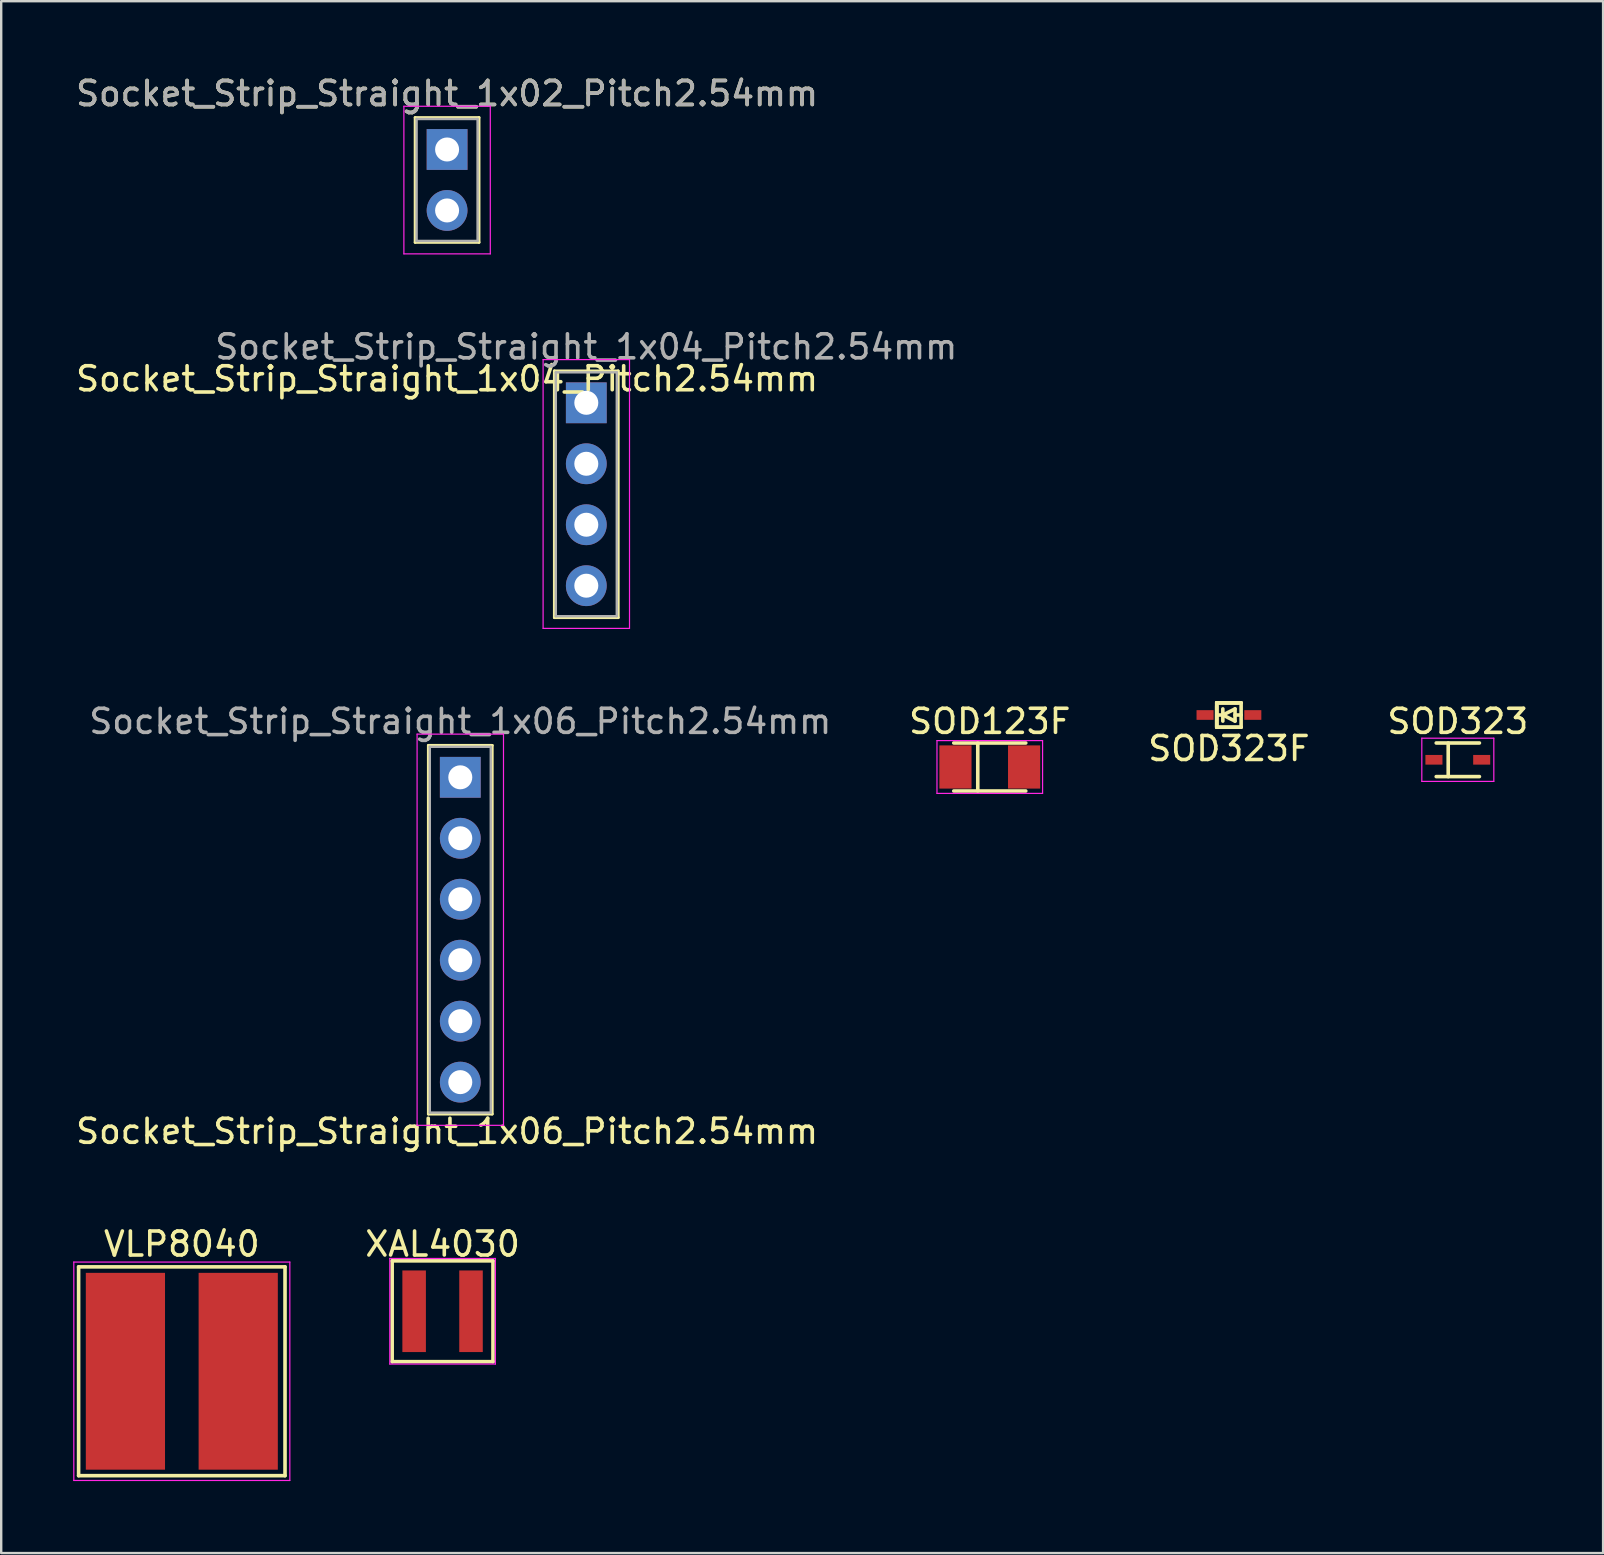
<source format=kicad_pcb>
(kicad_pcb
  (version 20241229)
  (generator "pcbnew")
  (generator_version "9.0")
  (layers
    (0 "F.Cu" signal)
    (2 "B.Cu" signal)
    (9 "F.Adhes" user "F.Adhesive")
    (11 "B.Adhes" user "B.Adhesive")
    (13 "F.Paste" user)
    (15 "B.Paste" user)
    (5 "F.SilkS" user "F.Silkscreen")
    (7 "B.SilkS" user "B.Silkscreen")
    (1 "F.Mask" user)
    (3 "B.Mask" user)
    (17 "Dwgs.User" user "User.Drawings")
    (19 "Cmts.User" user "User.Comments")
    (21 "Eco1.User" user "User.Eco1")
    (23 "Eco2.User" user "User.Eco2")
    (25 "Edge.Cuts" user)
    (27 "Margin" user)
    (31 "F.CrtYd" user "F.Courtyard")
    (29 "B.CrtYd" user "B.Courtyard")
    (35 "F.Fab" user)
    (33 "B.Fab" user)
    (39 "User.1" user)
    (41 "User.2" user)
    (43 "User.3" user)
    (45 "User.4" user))
  (footprint "SOD123F"
    (layer "F.Cu")
    (at 38.187 28.905)
    (property "Reference" "SOD123F" (at 0 -1.9 0) (layer "F.SilkS") (effects (font (size 1 1) (thickness 0.15))))
    (attr through_hole)
    (fp_line (start -0.5 -1) (end -0.5 1) (stroke (width 0.15) (type solid)) (layer "F.SilkS"))
    (fp_line (start 1.5 -1) (end -1.5 -1) (stroke (width 0.15) (type solid)) (layer "F.SilkS"))
    (fp_line (start 1.5 1) (end -1.5 1) (stroke (width 0.15) (type solid)) (layer "F.SilkS"))
    (fp_line (start -2.2 -1.1) (end -2.2 1.1) (stroke (width 0.05) (type solid)) (layer "F.CrtYd"))
    (fp_line (start -2.2 1.1) (end 2.2 1.1) (stroke (width 0.05) (type solid)) (layer "F.CrtYd"))
    (fp_line (start 2.2 -1.1) (end -2.2 -1.1) (stroke (width 0.05) (type solid)) (layer "F.CrtYd"))
    (fp_line (start 2.2 -1.1) (end 2.2 1.1) (stroke (width 0.05) (type solid)) (layer "F.CrtYd"))
    (pad "1" smd rect (at -1.43 0) (size 1.34 1.8) (layers "F.Cu" "F.Mask" "F.Paste"))
    (pad "2" smd rect (at 1.43 0) (size 1.34 1.8) (layers "F.Cu" "F.Mask" "F.Paste")))
  (footprint "XAL4030"
    (layer "F.Cu")
    (at 15.389 51.581)
    (property "Reference" "XAL4030" (at 0 -2.8 0) (layer "F.SilkS") (effects (font (size 1 1) (thickness 0.15))))
    (attr through_hole)
    (fp_line (start -2.1 -2.1) (end 2.1 -2.1) (stroke (width 0.15) (type solid)) (layer "F.SilkS"))
    (fp_line (start -2.1 2.1) (end -2.1 -2.1) (stroke (width 0.15) (type solid)) (layer "F.SilkS"))
    (fp_line (start 2.1 -2.1) (end 2.1 2.1) (stroke (width 0.15) (type solid)) (layer "F.SilkS"))
    (fp_line (start 2.1 2.1) (end -2.1 2.1) (stroke (width 0.15) (type solid)) (layer "F.SilkS"))
    (fp_line (start -2.2 -2.2) (end 2.2 -2.2) (stroke (width 0.05) (type solid)) (layer "F.CrtYd"))
    (fp_line (start -2.2 2.2) (end -2.2 -2.2) (stroke (width 0.05) (type solid)) (layer "F.CrtYd"))
    (fp_line (start 2.2 -2.2) (end 2.2 2.2) (stroke (width 0.05) (type solid)) (layer "F.CrtYd"))
    (fp_line (start 2.2 2.2) (end -2.2 2.2) (stroke (width 0.05) (type solid)) (layer "F.CrtYd"))
    (pad "1" smd rect (at -1.185 0) (size 0.98 3.4) (layers "F.Cu" "F.Mask" "F.Paste"))
    (pad "2" smd rect (at 1.185 0) (size 0.98 3.4) (layers "F.Cu" "F.Mask" "F.Paste")))
  (footprint "Socket_Strip_Straight_1x02_Pitch2.54mm"
    (layer "F.Cu")
    (at 15.577 3.178)
    (property "Reference" "Socket_Strip_Straight_1x02_Pitch2.54mm" (at 0 -2.33 0) (layer "F.SilkS") (effects (font (size 1 1) (thickness 0.15))))
    (attr through_hole)
    (fp_line (start -1.33 -1.33) (end -1.33 3.87) (stroke (width 0.12) (type solid)) (layer "F.SilkS"))
    (fp_line (start -1.33 -1.33) (end 1.33 -1.33) (stroke (width 0.12) (type solid)) (layer "F.SilkS"))
    (fp_line (start -1.33 3.87) (end 1.33 3.87) (stroke (width 0.12) (type solid)) (layer "F.SilkS"))
    (fp_line (start 1.33 3.87) (end 1.33 -1.33) (stroke (width 0.12) (type solid)) (layer "F.SilkS"))
    (fp_line (start -1.8 -1.8) (end -1.8 4.35) (stroke (width 0.05) (type solid)) (layer "F.CrtYd"))
    (fp_line (start -1.8 4.35) (end 1.8 4.35) (stroke (width 0.05) (type solid)) (layer "F.CrtYd"))
    (fp_line (start 1.8 -1.8) (end -1.8 -1.8) (stroke (width 0.05) (type solid)) (layer "F.CrtYd"))
    (fp_line (start 1.8 4.35) (end 1.8 -1.8) (stroke (width 0.05) (type solid)) (layer "F.CrtYd"))
    (fp_line (start -1.27 -1.27) (end -1.27 3.81) (stroke (width 0.1) (type solid)) (layer "F.Fab"))
    (fp_line (start -1.27 3.81) (end 1.27 3.81) (stroke (width 0.1) (type solid)) (layer "F.Fab"))
    (fp_line (start 1.27 -1.27) (end -1.27 -1.27) (stroke (width 0.1) (type solid)) (layer "F.Fab"))
    (fp_line (start 1.27 3.81) (end 1.27 -1.27) (stroke (width 0.1) (type solid)) (layer "F.Fab"))
    (fp_text user "${REFERENCE}" (at 0 -2.33 0) (layer "F.Fab") (effects (font (size 1 1) (thickness 0.15))))
    (pad "1" thru_hole rect (at 0 0) (size 1.7 1.7) (drill 1) (layers "*.Cu" "*.Mask"))
    (pad "2" thru_hole oval (at 0 2.54) (size 1.7 1.7) (drill 1) (layers "*.Cu" "*.Mask")))
  (footprint "SOD323F"
    (layer "F.Cu")
    (at 48.151 26.739)
    (property "Reference" "SOD323F" (at 0 1.397 0) (layer "F.SilkS") (effects (font (size 1 1) (thickness 0.15))))
    (attr through_hole)
    (fp_line (start -0.508 -0.508) (end -0.508 0.508) (stroke (width 0.15) (type solid)) (layer "F.SilkS"))
    (fp_line (start -0.508 -0.508) (end -0.508 0.508) (stroke (width 0.15) (type solid)) (layer "F.SilkS"))
    (fp_line (start -0.508 -0.508) (end 0.381 -0.508) (stroke (width 0.15) (type solid)) (layer "F.SilkS"))
    (fp_line (start -0.508 -0.381) (end -0.508 0.508) (stroke (width 0.15) (type solid)) (layer "F.SilkS"))
    (fp_line (start -0.508 0) (end -0.254 0) (stroke (width 0.15) (type solid)) (layer "F.SilkS"))
    (fp_line (start -0.508 0.508) (end 0.508 0.508) (stroke (width 0.15) (type solid)) (layer "F.SilkS"))
    (fp_line (start -0.508 0.508) (end 0.508 0.508) (stroke (width 0.15) (type solid)) (layer "F.SilkS"))
    (fp_line (start -0.254 -0.254) (end -0.254 0.254) (stroke (width 0.15) (type solid)) (layer "F.SilkS"))
    (fp_line (start -0.254 0) (end 0.254 -0.254) (stroke (width 0.15) (type solid)) (layer "F.SilkS"))
    (fp_line (start 0.254 0.254) (end -0.254 0) (stroke (width 0.15) (type solid)) (layer "F.SilkS"))
    (fp_line (start 0.254 0.254) (end 0.254 -0.254) (stroke (width 0.15) (type solid)) (layer "F.SilkS"))
    (fp_line (start 0.508 -0.508) (end -0.508 -0.508) (stroke (width 0.15) (type solid)) (layer "F.SilkS"))
    (fp_line (start 0.508 -0.508) (end -0.508 -0.508) (stroke (width 0.15) (type solid)) (layer "F.SilkS"))
    (fp_line (start 0.508 0) (end 0.254 0) (stroke (width 0.15) (type solid)) (layer "F.SilkS"))
    (fp_line (start 0.508 0.508) (end 0.508 -0.508) (stroke (width 0.15) (type solid)) (layer "F.SilkS"))
    (pad "1" smd rect (at -0.995 0) (size 0.71 0.403) (layers "F.Cu" "F.Mask" "F.Paste"))
    (pad "2" smd rect (at 0.995 0) (size 0.71 0.403) (layers "F.Cu" "F.Mask" "F.Paste")))
  (footprint "VLP8040"
    (layer "F.Cu")
    (at 4.525 54.081)
    (property "Reference" "VLP8040" (at 0 -5.3 0) (layer "F.SilkS") (effects (font (size 1 1) (thickness 0.15))))
    (attr through_hole)
    (fp_line (start -4.3 -4.35) (end 4.3 -4.35) (stroke (width 0.15) (type solid)) (layer "F.SilkS"))
    (fp_line (start -4.3 4.35) (end -4.3 -4.35) (stroke (width 0.15) (type solid)) (layer "F.SilkS"))
    (fp_line (start 4.3 -4.35) (end 4.3 4.35) (stroke (width 0.15) (type solid)) (layer "F.SilkS"))
    (fp_line (start 4.3 4.35) (end -4.3 4.35) (stroke (width 0.15) (type solid)) (layer "F.SilkS"))
    (fp_line (start -4.5 -4.55) (end 4.5 -4.55) (stroke (width 0.05) (type solid)) (layer "F.CrtYd"))
    (fp_line (start -4.5 4.55) (end -4.5 -4.55) (stroke (width 0.05) (type solid)) (layer "F.CrtYd"))
    (fp_line (start 4.5 -4.55) (end 4.5 4.55) (stroke (width 0.05) (type solid)) (layer "F.CrtYd"))
    (fp_line (start 4.5 4.55) (end -4.5 4.55) (stroke (width 0.05) (type solid)) (layer "F.CrtYd"))
    (pad "1" smd rect (at -2.35 0) (size 3.3 8.2) (layers "F.Cu" "F.Mask" "F.Paste"))
    (pad "2" smd rect (at 2.35 0) (size 3.3 8.2) (layers "F.Cu" "F.Mask" "F.Paste")))
  (footprint "Socket_Strip_Straight_1x06_Pitch2.54mm"
    (layer "F.Cu")
    (at 16.127 29.335)
    (property "Reference" "Socket_Strip_Straight_1x06_Pitch2.54mm" (at -0.55 14.75 0) (layer "F.SilkS") (effects (font (size 1 1) (thickness 0.15))))
    (attr through_hole)
    (fp_line (start -1.33 -1.33) (end -1.33 14.03) (stroke (width 0.12) (type solid)) (layer "F.SilkS"))
    (fp_line (start -1.33 -1.33) (end 1.33 -1.33) (stroke (width 0.12) (type solid)) (layer "F.SilkS"))
    (fp_line (start -1.33 14.03) (end 1.33 14.03) (stroke (width 0.12) (type solid)) (layer "F.SilkS"))
    (fp_line (start 1.33 14.03) (end 1.33 -1.33) (stroke (width 0.12) (type solid)) (layer "F.SilkS"))
    (fp_line (start -1.8 -1.8) (end -1.8 14.5) (stroke (width 0.05) (type solid)) (layer "F.CrtYd"))
    (fp_line (start -1.8 14.5) (end 1.8 14.5) (stroke (width 0.05) (type solid)) (layer "F.CrtYd"))
    (fp_line (start 1.8 -1.8) (end -1.8 -1.8) (stroke (width 0.05) (type solid)) (layer "F.CrtYd"))
    (fp_line (start 1.8 14.5) (end 1.8 -1.8) (stroke (width 0.05) (type solid)) (layer "F.CrtYd"))
    (fp_line (start -1.27 -1.27) (end -1.27 13.97) (stroke (width 0.1) (type solid)) (layer "F.Fab"))
    (fp_line (start -1.27 13.97) (end 1.27 13.97) (stroke (width 0.1) (type solid)) (layer "F.Fab"))
    (fp_line (start 1.27 -1.27) (end -1.27 -1.27) (stroke (width 0.1) (type solid)) (layer "F.Fab"))
    (fp_line (start 1.27 13.97) (end 1.27 -1.27) (stroke (width 0.1) (type solid)) (layer "F.Fab"))
    (fp_text user "${REFERENCE}" (at 0 -2.33 0) (layer "F.Fab") (effects (font (size 1 1) (thickness 0.15))))
    (pad "1" thru_hole rect (at 0 0) (size 1.7 1.7) (drill 1) (layers "*.Cu" "*.Mask"))
    (pad "2" thru_hole oval (at 0 2.54) (size 1.7 1.7) (drill 1) (layers "*.Cu" "*.Mask"))
    (pad "3" thru_hole oval (at 0 5.08) (size 1.7 1.7) (drill 1) (layers "*.Cu" "*.Mask"))
    (pad "4" thru_hole oval (at 0 7.62) (size 1.7 1.7) (drill 1) (layers "*.Cu" "*.Mask"))
    (pad "5" thru_hole oval (at 0 10.16) (size 1.7 1.7) (drill 1) (layers "*.Cu" "*.Mask"))
    (pad "6" thru_hole oval (at 0 12.7) (size 1.7 1.7) (drill 1) (layers "*.Cu" "*.Mask")))
  (footprint "Socket_Strip_Straight_1x04_Pitch2.54mm"
    (layer "F.Cu")
    (at 21.377 13.732)
    (property "Reference" "Socket_Strip_Straight_1x04_Pitch2.54mm" (at -5.8 -1 0) (layer "F.SilkS") (effects (font (size 1 1) (thickness 0.15))))
    (attr through_hole)
    (fp_line (start -1.33 -1.33) (end -1.33 8.95) (stroke (width 0.12) (type solid)) (layer "F.SilkS"))
    (fp_line (start -1.33 -1.33) (end 1.33 -1.33) (stroke (width 0.12) (type solid)) (layer "F.SilkS"))
    (fp_line (start -1.33 8.95) (end 1.33 8.95) (stroke (width 0.12) (type solid)) (layer "F.SilkS"))
    (fp_line (start 1.33 8.95) (end 1.33 -1.33) (stroke (width 0.12) (type solid)) (layer "F.SilkS"))
    (fp_line (start -1.8 -1.8) (end -1.8 9.4) (stroke (width 0.05) (type solid)) (layer "F.CrtYd"))
    (fp_line (start -1.8 9.4) (end 1.8 9.4) (stroke (width 0.05) (type solid)) (layer "F.CrtYd"))
    (fp_line (start 1.8 -1.8) (end -1.8 -1.8) (stroke (width 0.05) (type solid)) (layer "F.CrtYd"))
    (fp_line (start 1.8 9.4) (end 1.8 -1.8) (stroke (width 0.05) (type solid)) (layer "F.CrtYd"))
    (fp_line (start -1.27 -1.27) (end -1.27 8.89) (stroke (width 0.1) (type solid)) (layer "F.Fab"))
    (fp_line (start -1.27 8.89) (end 1.27 8.89) (stroke (width 0.1) (type solid)) (layer "F.Fab"))
    (fp_line (start 1.27 -1.27) (end -1.27 -1.27) (stroke (width 0.1) (type solid)) (layer "F.Fab"))
    (fp_line (start 1.27 8.89) (end 1.27 -1.27) (stroke (width 0.1) (type solid)) (layer "F.Fab"))
    (fp_text user "${REFERENCE}" (at 0 -2.33 0) (layer "F.Fab") (effects (font (size 1 1) (thickness 0.15))))
    (pad "1" thru_hole rect (at 0 0) (size 1.7 1.7) (drill 1) (layers "*.Cu" "*.Mask"))
    (pad "2" thru_hole oval (at 0 2.54) (size 1.7 1.7) (drill 1) (layers "*.Cu" "*.Mask"))
    (pad "3" thru_hole oval (at 0 5.08) (size 1.7 1.7) (drill 1) (layers "*.Cu" "*.Mask"))
    (pad "4" thru_hole oval (at 0 7.62) (size 1.7 1.7) (drill 1) (layers "*.Cu" "*.Mask")))
  (footprint "SOD323"
    (layer "F.Cu")
    (at 57.687 28.605)
    (property "Reference" "SOD323" (at 0 -1.6 0) (layer "F.SilkS") (effects (font (size 1 1) (thickness 0.15))))
    (attr through_hole)
    (fp_line (start -0.9 -0.7) (end 0.9 -0.7) (stroke (width 0.15) (type solid)) (layer "F.SilkS"))
    (fp_line (start -0.4 0.7) (end -0.4 -0.7) (stroke (width 0.15) (type solid)) (layer "F.SilkS"))
    (fp_line (start 0.9 0.7) (end -0.9 0.7) (stroke (width 0.15) (type solid)) (layer "F.SilkS"))
    (fp_line (start -1.5 -0.9) (end 1.5 -0.9) (stroke (width 0.05) (type solid)) (layer "F.CrtYd"))
    (fp_line (start -1.5 0.9) (end -1.5 -0.9) (stroke (width 0.05) (type solid)) (layer "F.CrtYd"))
    (fp_line (start 1.5 -0.9) (end 1.5 0.9) (stroke (width 0.05) (type solid)) (layer "F.CrtYd"))
    (fp_line (start 1.5 0.9) (end -1.5 0.9) (stroke (width 0.05) (type solid)) (layer "F.CrtYd"))
    (pad "1" smd rect (at -0.995 0) (size 0.71 0.403) (layers "F.Cu" "F.Mask" "F.Paste"))
    (pad "2" smd rect (at 0.995 0) (size 0.71 0.403) (layers "F.Cu" "F.Mask" "F.Paste")))
  (gr_rect
    (start -3 -3)
    (end 63.74 61.656)
    (stroke (width 0.1) (type default))
    (fill no)
    (layer "Edge.Cuts")))
</source>
